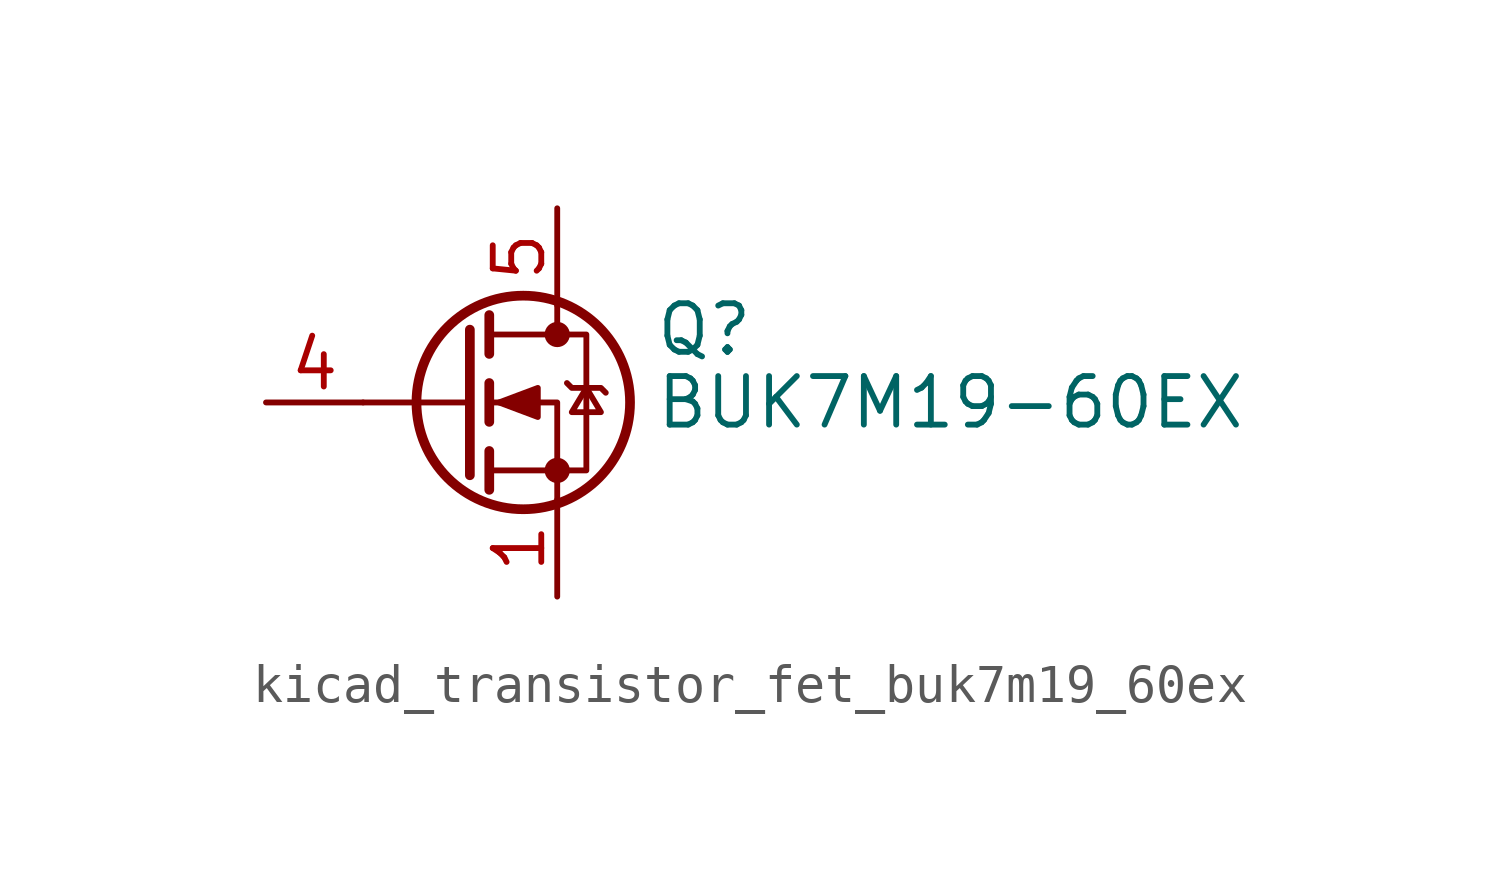
<source format=kicad_sym>
(kicad_symbol_lib
  (version 20220914)
  (generator kicad_symbol_editor)
  (symbol "kicad_transistor_fet_buk7m19_60ex"
    (pin_names hide)
    (property "Reference" "Q"
      (at 5.08 1.905 0)
      (effects (font (size 1.27 1.27)) (justify left)))
    (property "Value" "BUK7M19-60EX"
      (at 5.08 0 0)
      (effects (font (size 1.27 1.27)) (justify left)))
    (symbol "kicad_transistor_fet_buk7m19_60ex_0_1"
      (polyline (pts (xy 0.254 0) (xy -2.54 0)) (stroke (width 0) (type default)) (fill (type none)))
      (polyline (pts (xy 0.254 1.905) (xy 0.254 -1.905)) (stroke (width 0.254) (type default)) (fill (type none)))
      (polyline (pts (xy 0.762 -1.27) (xy 0.762 -2.286)) (stroke (width 0.254) (type default)) (fill (type none)))
      (polyline (pts (xy 0.762 0.508) (xy 0.762 -0.508)) (stroke (width 0.254) (type default)) (fill (type none)))
      (polyline (pts (xy 0.762 2.286) (xy 0.762 1.27)) (stroke (width 0.254) (type default)) (fill (type none)))
      (polyline (pts (xy 2.54 2.54) (xy 2.54 1.778)) (stroke (width 0) (type default)) (fill (type none)))
      (polyline (pts (xy 2.54 -2.54) (xy 2.54 0) (xy 0.762 0)) (stroke (width 0) (type default)) (fill (type none)))
      (polyline (pts (xy 0.762 -1.778) (xy 3.302 -1.778) (xy 3.302 1.778) (xy 0.762 1.778)) (stroke (width 0) (type default)) (fill (type none)))
      (polyline (pts (xy 1.016 0) (xy 2.032 0.381) (xy 2.032 -0.381) (xy 1.016 0)) (stroke (width 0) (type default)) (fill (type outline)))
      (polyline (pts (xy 2.794 0.508) (xy 2.921 0.381) (xy 3.683 0.381) (xy 3.81 0.254)) (stroke (width 0) (type default)) (fill (type none)))
      (polyline (pts (xy 3.302 0.381) (xy 2.921 -0.254) (xy 3.683 -0.254) (xy 3.302 0.381)) (stroke (width 0) (type default)) (fill (type none)))
      (circle (center 1.651 0) (radius 2.794) (stroke (width 0.254) (type default)) (fill (type none)))
      (circle (center 2.54 -1.778) (radius 0.254) (stroke (width 0) (type default)) (fill (type outline)))
      (circle (center 2.54 1.778) (radius 0.254) (stroke (width 0) (type default)) (fill (type outline))))
    (symbol "kicad_transistor_fet_buk7m19_60ex_1_1"
      (pin passive line (at 2.54 -5.08 90) (length 2.54) (name "S" (effects (font (size 1.27 1.27)))) (number "1" (effects (font (size 1.27 1.27)))))
      (pin passive line (at 2.54 -5.08 90) (length 2.54) hide (name "S" (effects (font (size 1.27 1.27)))) (number "2" (effects (font (size 1.27 1.27)))))
      (pin passive line (at 2.54 -5.08 90) (length 2.54) hide (name "S" (effects (font (size 1.27 1.27)))) (number "3" (effects (font (size 1.27 1.27)))))
      (pin passive line (at -5.08 0 0) (length 2.54) (name "G" (effects (font (size 1.27 1.27)))) (number "4" (effects (font (size 1.27 1.27)))))
      (pin passive line (at 2.54 5.08 270) (length 2.54) (name "D" (effects (font (size 1.27 1.27)))) (number "5" (effects (font (size 1.27 1.27))))))))
</source>
